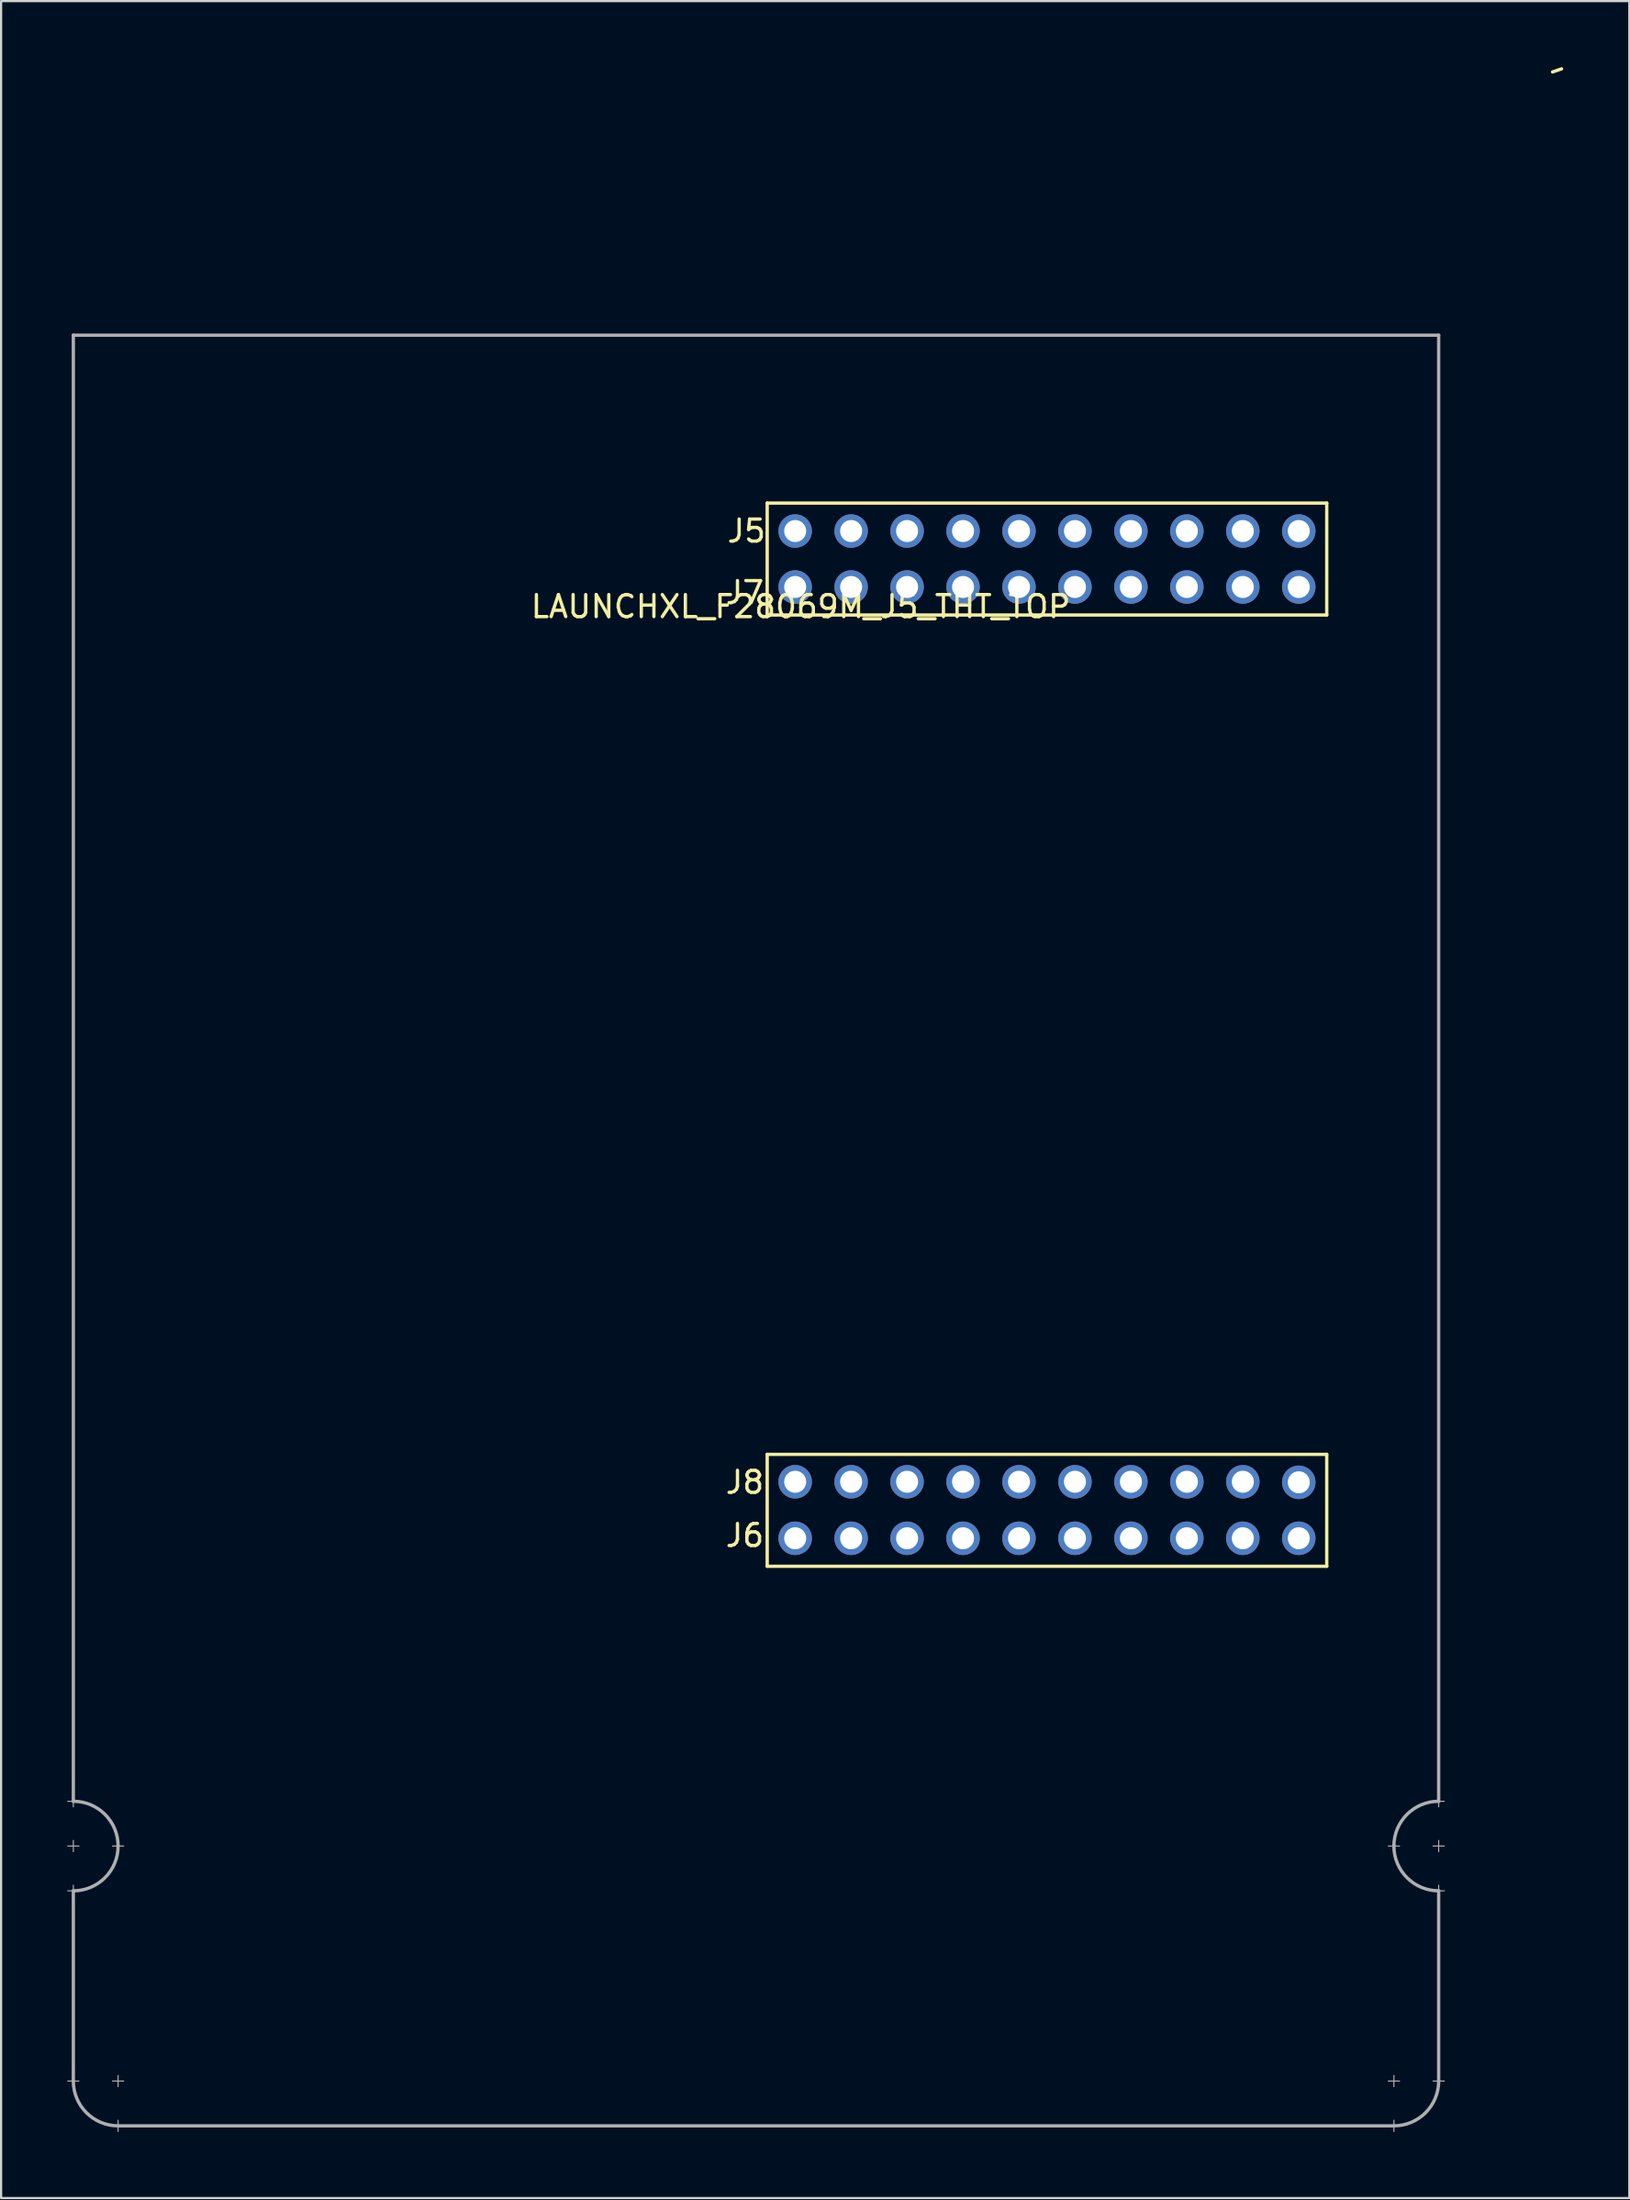
<source format=kicad_pcb>
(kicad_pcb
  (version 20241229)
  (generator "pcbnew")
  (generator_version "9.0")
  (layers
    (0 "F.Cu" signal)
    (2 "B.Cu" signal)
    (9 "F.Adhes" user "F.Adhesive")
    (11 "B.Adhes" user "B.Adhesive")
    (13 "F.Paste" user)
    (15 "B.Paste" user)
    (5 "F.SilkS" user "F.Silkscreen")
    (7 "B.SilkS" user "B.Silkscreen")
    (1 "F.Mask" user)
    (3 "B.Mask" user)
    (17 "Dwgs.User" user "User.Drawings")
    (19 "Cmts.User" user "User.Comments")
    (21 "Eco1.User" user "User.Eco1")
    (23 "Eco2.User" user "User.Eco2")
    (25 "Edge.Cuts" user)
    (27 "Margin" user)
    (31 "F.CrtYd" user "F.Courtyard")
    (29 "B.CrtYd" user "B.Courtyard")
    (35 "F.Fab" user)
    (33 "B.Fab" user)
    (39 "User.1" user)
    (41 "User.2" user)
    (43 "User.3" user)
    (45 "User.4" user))
  (footprint "LAUNCHXL_F28069M_J5_THT_TOP"
    (layer "F.Cu")
    (at 0.279 68.045)
    (property "Reference" "LAUNCHXL_F28069M_J5_THT_TOP" (at 33.02 -43.561 0) (layer "F.SilkS") (effects (font (size 1 1) (thickness 0.15))))
    (attr through_hole)
    (fp_line (start 31.496 -48.26) (end 31.496 -43.18) (stroke (width 0.15) (type solid)) (layer "F.SilkS"))
    (fp_line (start 31.496 -43.18) (end 56.896 -43.18) (stroke (width 0.15) (type solid)) (layer "F.SilkS"))
    (fp_line (start 31.496 -5.08) (end 31.496 0) (stroke (width 0.15) (type solid)) (layer "F.SilkS"))
    (fp_line (start 31.496 0) (end 56.896 0) (stroke (width 0.15) (type solid)) (layer "F.SilkS"))
    (fp_line (start 56.896 -48.26) (end 31.496 -48.26) (stroke (width 0.15) (type solid)) (layer "F.SilkS"))
    (fp_line (start 56.896 -43.18) (end 56.896 -48.26) (stroke (width 0.15) (type solid)) (layer "F.SilkS"))
    (fp_line (start 56.896 -5.08) (end 31.496 -5.08) (stroke (width 0.15) (type solid)) (layer "F.SilkS"))
    (fp_line (start 56.896 0) (end 56.896 -5.08) (stroke (width 0.15) (type solid)) (layer "F.SilkS"))
    (fp_line (start 67.146 -67.83) (end 67.556 -67.97) (stroke (width 0.15) (type solid)) (layer "F.SilkS"))
    (fp_line (start -0.254 10.668) (end 0.254 10.668) (stroke (width 0.05) (type solid)) (layer "F.Fab"))
    (fp_line (start -0.254 12.7) (end 0.254 12.7) (stroke (width 0.05) (type solid)) (layer "F.Fab"))
    (fp_line (start -0.254 14.732) (end 0.254 14.732) (stroke (width 0.05) (type solid)) (layer "F.Fab"))
    (fp_line (start 0 -55.88) (end 0 10.668) (stroke (width 0.15) (type solid)) (layer "F.Fab"))
    (fp_line (start 0 10.414) (end 0 10.922) (stroke (width 0.05) (type solid)) (layer "F.Fab"))
    (fp_line (start 0 12.446) (end 0 12.954) (stroke (width 0.05) (type solid)) (layer "F.Fab"))
    (fp_line (start 0 14.478) (end 0 14.986) (stroke (width 0.05) (type solid)) (layer "F.Fab"))
    (fp_line (start 0 14.732) (end 0 23.368) (stroke (width 0.15) (type solid)) (layer "F.Fab"))
    (fp_line (start 0 23.114) (end 0 23.622) (stroke (width 0.05) (type solid)) (layer "F.Fab"))
    (fp_line (start 0.254 23.368) (end -0.254 23.368) (stroke (width 0.05) (type solid)) (layer "F.Fab"))
    (fp_line (start 1.778 12.7) (end 2.286 12.7) (stroke (width 0.05) (type solid)) (layer "F.Fab"))
    (fp_line (start 2.032 23.114) (end 2.032 23.622) (stroke (width 0.05) (type solid)) (layer "F.Fab"))
    (fp_line (start 2.032 25.146) (end 2.032 25.654) (stroke (width 0.05) (type solid)) (layer "F.Fab"))
    (fp_line (start 2.032 25.4) (end 59.944 25.4) (stroke (width 0.15) (type solid)) (layer "F.Fab"))
    (fp_line (start 2.286 23.368) (end 1.778 23.368) (stroke (width 0.05) (type solid)) (layer "F.Fab"))
    (fp_line (start 59.69 23.368) (end 60.198 23.368) (stroke (width 0.05) (type solid)) (layer "F.Fab"))
    (fp_line (start 59.69 25.4) (end 60.198 25.4) (stroke (width 0.05) (type solid)) (layer "F.Fab"))
    (fp_line (start 59.944 23.114) (end 59.944 23.622) (stroke (width 0.05) (type solid)) (layer "F.Fab"))
    (fp_line (start 59.944 25.146) (end 59.944 25.654) (stroke (width 0.05) (type solid)) (layer "F.Fab"))
    (fp_line (start 60.198 12.7) (end 59.69 12.7) (stroke (width 0.05) (type solid)) (layer "F.Fab"))
    (fp_line (start 61.722 23.368) (end 62.23 23.368) (stroke (width 0.05) (type solid)) (layer "F.Fab"))
    (fp_line (start 61.976 -55.88) (end 0 -55.88) (stroke (width 0.15) (type solid)) (layer "F.Fab"))
    (fp_line (start 61.976 10.668) (end 61.976 -55.88) (stroke (width 0.15) (type solid)) (layer "F.Fab"))
    (fp_line (start 61.976 10.922) (end 61.976 10.414) (stroke (width 0.05) (type solid)) (layer "F.Fab"))
    (fp_line (start 61.976 12.954) (end 61.976 12.446) (stroke (width 0.05) (type solid)) (layer "F.Fab"))
    (fp_line (start 61.976 14.732) (end 61.976 23.368) (stroke (width 0.15) (type solid)) (layer "F.Fab"))
    (fp_line (start 61.976 14.986) (end 61.976 14.478) (stroke (width 0.05) (type solid)) (layer "F.Fab"))
    (fp_line (start 62.23 10.668) (end 61.722 10.668) (stroke (width 0.05) (type solid)) (layer "F.Fab"))
    (fp_line (start 62.23 12.7) (end 61.722 12.7) (stroke (width 0.05) (type solid)) (layer "F.Fab"))
    (fp_line (start 62.23 14.732) (end 61.722 14.732) (stroke (width 0.05) (type solid)) (layer "F.Fab"))
    (fp_arc (start 0 10.668) (mid 1.436841 11.263159) (end 2.032 12.7) (stroke (width 0.15) (type solid)) (layer "F.Fab"))
    (fp_arc (start 2.032 12.7) (mid 1.436841 14.136841) (end 0 14.732) (stroke (width 0.15) (type solid)) (layer "F.Fab"))
    (fp_arc (start 2.032 25.4) (mid 0.595159 24.804841) (end 0 23.368) (stroke (width 0.15) (type solid)) (layer "F.Fab"))
    (fp_arc (start 59.944 12.7) (mid 60.539159 11.263159) (end 61.976 10.668) (stroke (width 0.15) (type solid)) (layer "F.Fab"))
    (fp_arc (start 61.976 14.732) (mid 60.539159 14.136841) (end 59.944 12.7) (stroke (width 0.15) (type solid)) (layer "F.Fab"))
    (fp_arc (start 61.976 23.368) (mid 61.380841 24.804841) (end 59.944 25.4) (stroke (width 0.15) (type solid)) (layer "F.Fab"))
    (fp_text user "J6" (at 30.48 -1.397 0) (layer "F.SilkS") (effects (font (size 1 1) (thickness 0.15))))
    (fp_text user "J7" (at 30.48 -44.196 0) (layer "F.SilkS") (effects (font (size 1 1) (thickness 0.15))))
    (fp_text user "J5" (at 30.556 -46.99 0) (layer "F.SilkS") (effects (font (size 1 1) (thickness 0.15))))
    (fp_text user "J8" (at 30.48 -3.81 0) (layer "F.SilkS") (effects (font (size 1 1) (thickness 0.15))))
    (pad "+3V3" thru_hole circle (at 55.626 -46.99) (size 1.52 1.52) (drill 1) (layers "*.Cu" "*.Mask"))
    (pad "+5V" thru_hole circle (at 55.626 -44.45) (size 1.52 1.52) (drill 1) (layers "*.Cu" "*.Mask"))
    (pad "A_A3" thru_hole circle (at 40.386 -44.45) (size 1.52 1.52) (drill 1) (layers "*.Cu" "*.Mask"))
    (pad "A_A4" thru_hole circle (at 35.306 -44.45) (size 1.52 1.52) (drill 1) (layers "*.Cu" "*.Mask"))
    (pad "A_A5" thru_hole circle (at 45.466 -44.45) (size 1.52 1.52) (drill 1) (layers "*.Cu" "*.Mask"))
    (pad "A_B3" thru_hole circle (at 37.846 -44.45) (size 1.52 1.52) (drill 1) (layers "*.Cu" "*.Mask"))
    (pad "A_B4" thru_hole circle (at 48.006 -44.45) (size 1.52 1.52) (drill 1) (layers "*.Cu" "*.Mask"))
    (pad "A_B5" thru_hole circle (at 42.926 -44.45) (size 1.52 1.52) (drill 1) (layers "*.Cu" "*.Mask"))
    (pad "A_B7" thru_hole circle (at 50.546 -44.45) (size 1.52 1.52) (drill 1) (layers "*.Cu" "*.Mask"))
    (pad "DAC3" thru_hole circle (at 35.306 -3.835) (size 1.52 1.52) (drill 1) (layers "*.Cu" "*.Mask"))
    (pad "DAC4" thru_hole circle (at 32.766 -3.835) (size 1.52 1.52) (drill 1) (layers "*.Cu" "*.Mask"))
    (pad "GND" thru_hole circle (at 53.086 -44.45) (size 1.52 1.52) (drill 1) (layers "*.Cu" "*.Mask"))
    (pad "GND" thru_hole circle (at 55.626 -1.27) (size 1.52 1.52) (drill 1) (layers "*.Cu" "*.Mask"))
    (pad "NC" thru_hole circle (at 32.766 -44.45) (size 1.52 1.52) (drill 1) (layers "*.Cu" "*.Mask"))
    (pad "NC" thru_hole circle (at 37.846 -3.835) (size 1.52 1.52) (drill 1) (layers "*.Cu" "*.Mask"))
    (pad "NC" thru_hole circle (at 40.386 -3.835) (size 1.52 1.52) (drill 1) (layers "*.Cu" "*.Mask"))
    (pad "NC" thru_hole circle (at 42.926 -46.99) (size 1.52 1.52) (drill 1) (layers "*.Cu" "*.Mask"))
    (pad "NC" thru_hole circle (at 48.006 -1.27) (size 1.52 1.52) (drill 1) (layers "*.Cu" "*.Mask"))
    (pad "NC" thru_hole circle (at 53.086 -46.99) (size 1.52 1.52) (drill 1) (layers "*.Cu" "*.Mask"))
    (pad "P_6" thru_hole circle (at 55.626 -3.81) (size 1.52 1.52) (drill 1) (layers "*.Cu" "*.Mask"))
    (pad "P_7" thru_hole circle (at 53.086 -3.835) (size 1.52 1.52) (drill 1) (layers "*.Cu" "*.Mask"))
    (pad "P_8" thru_hole circle (at 50.546 -3.835) (size 1.52 1.52) (drill 1) (layers "*.Cu" "*.Mask"))
    (pad "P_9" thru_hole circle (at 48.006 -3.835) (size 1.52 1.52) (drill 1) (layers "*.Cu" "*.Mask"))
    (pad "P_10" thru_hole circle (at 45.466 -3.835) (size 1.52 1.52) (drill 1) (layers "*.Cu" "*.Mask"))
    (pad "P_11" thru_hole circle (at 42.926 -3.835) (size 1.52 1.52) (drill 1) (layers "*.Cu" "*.Mask"))
    (pad "P_14" thru_hole circle (at 40.386 -46.99) (size 1.52 1.52) (drill 1) (layers "*.Cu" "*.Mask"))
    (pad "P_15" thru_hole circle (at 50.546 -46.99) (size 1.52 1.52) (drill 1) (layers "*.Cu" "*.Mask"))
    (pad "P_20" thru_hole circle (at 45.466 -46.99) (size 1.52 1.52) (drill 1) (layers "*.Cu" "*.Mask"))
    (pad "P_21" thru_hole circle (at 37.846 -46.99) (size 1.52 1.52) (drill 1) (layers "*.Cu" "*.Mask"))
    (pad "P_23" thru_hole circle (at 35.306 -46.99) (size 1.52 1.52) (drill 1) (layers "*.Cu" "*.Mask"))
    (pad "P_24" thru_hole circle (at 42.926 -1.27) (size 1.52 1.52) (drill 1) (layers "*.Cu" "*.Mask"))
    (pad "P_25" thru_hole circle (at 40.386 -1.27) (size 1.52 1.52) (drill 1) (layers "*.Cu" "*.Mask"))
    (pad "P_26" thru_hole circle (at 50.546 -1.27) (size 1.52 1.52) (drill 1) (layers "*.Cu" "*.Mask"))
    (pad "P_27" thru_hole circle (at 53.086 -1.27) (size 1.52 1.52) (drill 1) (layers "*.Cu" "*.Mask"))
    (pad "P_52" thru_hole circle (at 37.846 -1.27) (size 1.52 1.52) (drill 1) (layers "*.Cu" "*.Mask"))
    (pad "P_53" thru_hole circle (at 35.306 -1.27) (size 1.52 1.52) (drill 1) (layers "*.Cu" "*.Mask"))
    (pad "P_54" thru_hole circle (at 32.766 -46.99) (size 1.52 1.52) (drill 1) (layers "*.Cu" "*.Mask"))
    (pad "P_56" thru_hole circle (at 32.766 -1.27) (size 1.52 1.52) (drill 1) (layers "*.Cu" "*.Mask"))
    (pad "P_58" thru_hole circle (at 48.006 -46.99) (size 1.52 1.52) (drill 1) (layers "*.Cu" "*.Mask"))
    (pad "Rese" thru_hole circle (at 45.466 -1.27) (size 1.52 1.52) (drill 1) (layers "*.Cu" "*.Mask")))
  (gr_rect
    (start -3 -3)
    (end 70.91 96.724)
    (stroke (width 0.1) (type default))
    (fill no)
    (layer "Edge.Cuts")))
</source>
